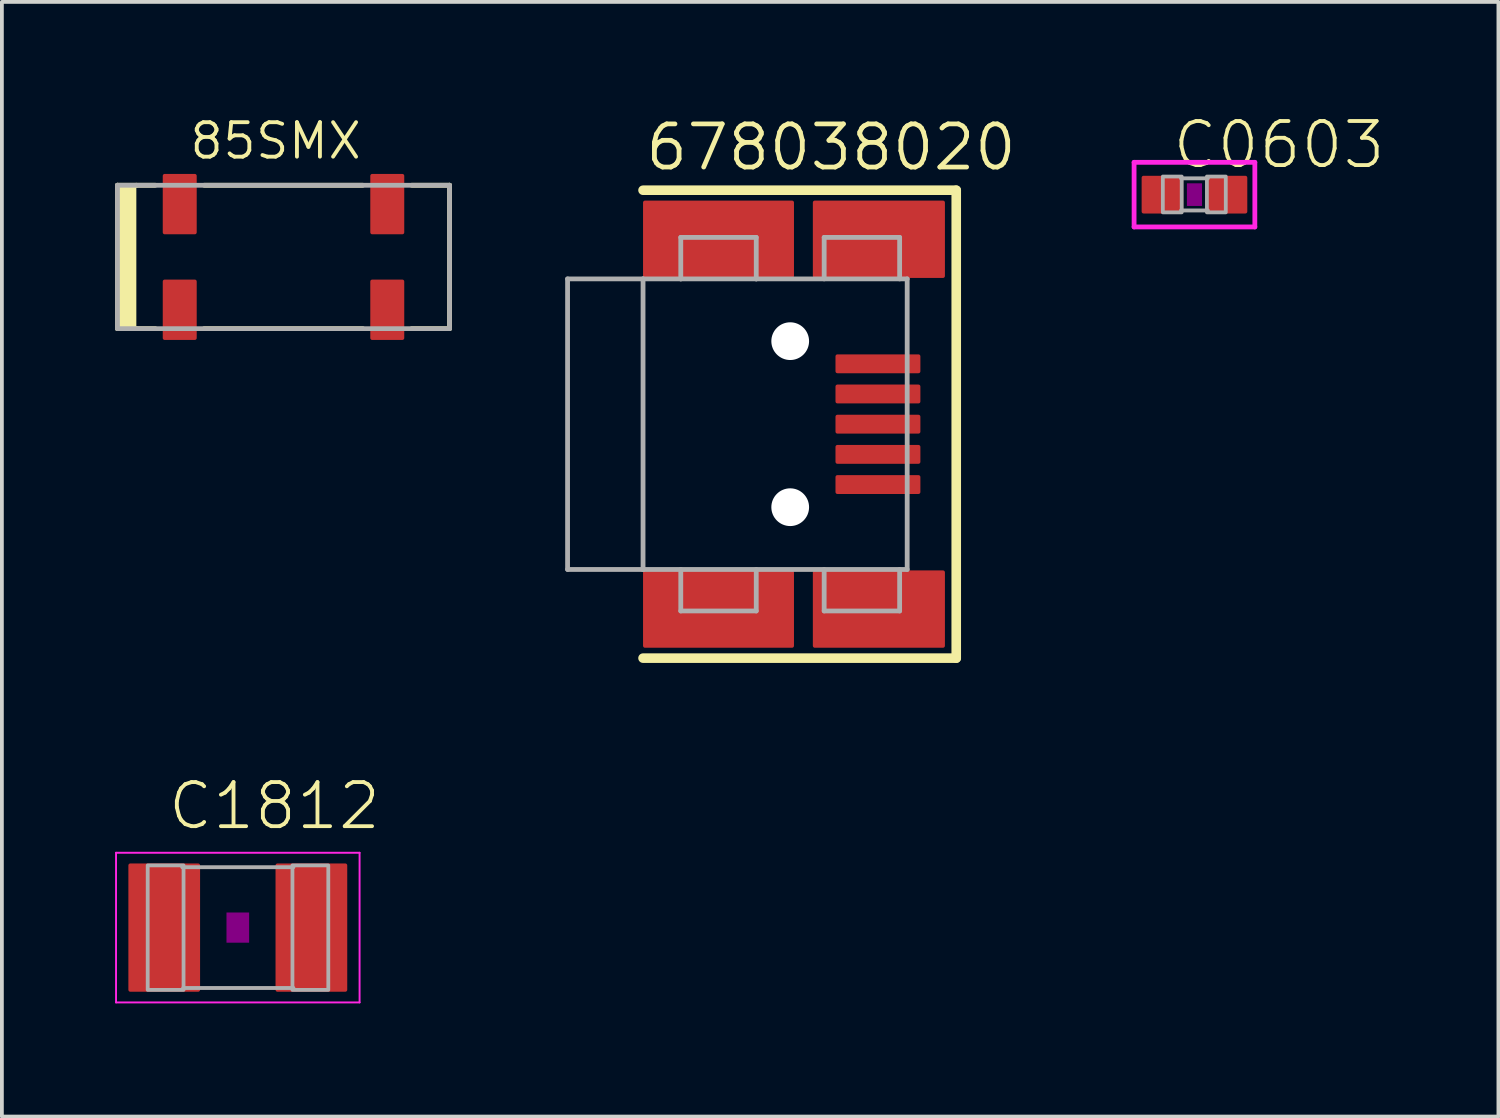
<source format=kicad_pcb>
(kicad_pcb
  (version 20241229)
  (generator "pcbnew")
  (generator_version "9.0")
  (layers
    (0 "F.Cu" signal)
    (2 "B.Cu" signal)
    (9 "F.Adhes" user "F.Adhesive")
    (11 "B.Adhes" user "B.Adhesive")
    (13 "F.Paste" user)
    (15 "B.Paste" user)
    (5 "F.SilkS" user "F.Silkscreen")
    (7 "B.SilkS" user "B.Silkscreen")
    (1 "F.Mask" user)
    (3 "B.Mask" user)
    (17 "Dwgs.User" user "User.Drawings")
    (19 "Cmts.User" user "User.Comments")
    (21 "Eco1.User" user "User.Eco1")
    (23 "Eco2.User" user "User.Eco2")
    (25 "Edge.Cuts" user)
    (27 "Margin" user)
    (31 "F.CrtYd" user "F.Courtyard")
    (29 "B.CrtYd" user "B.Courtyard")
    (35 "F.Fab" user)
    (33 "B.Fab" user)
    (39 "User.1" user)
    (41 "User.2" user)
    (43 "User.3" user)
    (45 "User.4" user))
  (footprint "85SMX"
    (layer "F.Cu")
    (at 4.463 3.759)
    (property "Reference" "85SMX" (at -2.54 -2.54 0) (layer "F.SilkS") (effects (font (size 0.914 0.914) (thickness 0.102)) (justify left bottom)))
    (fp_line (start -4.4 -1.9) (end -4.4 1.9) (stroke (width 0.127) (type solid)) (layer "F.SilkS"))
    (fp_line (start -4.4 -1.9) (end -3.9 -1.9) (stroke (width 0.127) (type solid)) (layer "F.SilkS"))
    (fp_line (start -4.4 1.9) (end -3.9 1.9) (stroke (width 0.127) (type solid)) (layer "F.SilkS"))
    (fp_line (start -3.9 -1.9) (end -3.4 -1.9) (stroke (width 0.127) (type solid)) (layer "F.SilkS"))
    (fp_line (start -3.9 1.9) (end -3.4 1.9) (stroke (width 0.127) (type solid)) (layer "F.SilkS"))
    (fp_line (start -2.1 -1.9) (end 2.1 -1.9) (stroke (width 0.127) (type solid)) (layer "F.SilkS"))
    (fp_line (start -2.1 1.9) (end 2.1 1.9) (stroke (width 0.127) (type solid)) (layer "F.SilkS"))
    (fp_line (start 3.4 -1.9) (end 4.4 -1.9) (stroke (width 0.127) (type solid)) (layer "F.SilkS"))
    (fp_line (start 3.4 1.9) (end 4.4 1.9) (stroke (width 0.127) (type solid)) (layer "F.SilkS"))
    (fp_line (start 4.4 -1.9) (end 4.4 1.9) (stroke (width 0.127) (type solid)) (layer "F.SilkS"))
    (fp_poly (pts (xy -4.4 1.9) (xy -3.9 1.9) (xy -3.9 -1.9) (xy -4.4 -1.9)) (stroke (width 0) (type solid)) (fill yes) (layer "F.SilkS"))
    (fp_line (start -4.4 -1.9) (end -4.4 1.9) (stroke (width 0.127) (type solid)) (layer "F.Fab"))
    (fp_line (start -4.4 -1.9) (end 4.4 -1.9) (stroke (width 0.127) (type solid)) (layer "F.Fab"))
    (fp_line (start -4.4 1.9) (end 4.4 1.9) (stroke (width 0.127) (type solid)) (layer "F.Fab"))
    (fp_line (start 4.4 -1.9) (end 4.4 1.9) (stroke (width 0.127) (type solid)) (layer "F.Fab"))
    (pad "1" smd roundrect (at -2.75 1.4 90) (size 1.6 0.9) (layers "F.Cu" "F.Mask" "F.Paste") (roundrect_rratio 0.056))
    (pad "4" smd roundrect (at -2.75 -1.4 90) (size 1.6 0.9) (layers "F.Cu" "F.Mask" "F.Paste") (roundrect_rratio 0.056))
    (pad "NC.2" smd roundrect (at 2.75 1.4 90) (size 1.6 0.9) (layers "F.Cu" "F.Mask" "F.Paste") (roundrect_rratio 0.056))
    (pad "NC.3" smd roundrect (at 2.75 -1.4 90) (size 1.6 0.9) (layers "F.Cu" "F.Mask" "F.Paste") (roundrect_rratio 0.056)))
  (footprint "C1812"
    (layer "F.Cu")
    (at 3.252 21.532)
    (property "Reference" "C1812" (at -1.905 -2.54 0) (layer "F.SilkS") (effects (font (size 1.168 1.168) (thickness 0.102)) (justify left bottom)))
    (fp_poly (pts (xy -0.3 0.4) (xy 0.3 0.4) (xy 0.3 -0.4) (xy -0.3 -0.4)) (stroke (width 0) (type solid)) (fill yes) (layer "F.Adhes"))
    (fp_line (start -3.227 -1.983) (end 3.227 -1.983) (stroke (width 0.051) (type solid)) (layer "F.CrtYd"))
    (fp_line (start -3.227 1.983) (end -3.227 -1.983) (stroke (width 0.051) (type solid)) (layer "F.CrtYd"))
    (fp_line (start 3.227 -1.983) (end 3.227 1.983) (stroke (width 0.051) (type solid)) (layer "F.CrtYd"))
    (fp_line (start 3.227 1.983) (end -3.227 1.983) (stroke (width 0.051) (type solid)) (layer "F.CrtYd"))
    (fp_line (start -1.473 -1.6) (end 1.473 -1.6) (stroke (width 0.102) (type solid)) (layer "F.Fab"))
    (fp_line (start -1.448 1.6) (end 1.473 1.6) (stroke (width 0.102) (type solid)) (layer "F.Fab"))
    (fp_poly (pts (xy -2.388 1.651) (xy -1.438 1.651) (xy -1.438 -1.649) (xy -2.388 -1.649)) (stroke (width 0.1) (type solid)) (fill no) (layer "F.Fab"))
    (fp_poly (pts (xy 1.448 1.651) (xy 2.398 1.651) (xy 2.398 -1.649) (xy 1.448 -1.649)) (stroke (width 0.1) (type solid)) (fill no) (layer "F.Fab"))
    (pad "1" smd roundrect (at -1.95 0) (size 1.9 3.4) (layers "F.Cu" "F.Mask" "F.Paste") (roundrect_rratio 0.027))
    (pad "2" smd roundrect (at 1.95 0) (size 1.9 3.4) (layers "F.Cu" "F.Mask" "F.Paste") (roundrect_rratio 0.027)))
  (footprint "C0603"
    (layer "F.Cu")
    (at 28.604 2.108)
    (property "Reference" "C0603" (at -0.635 -0.635 0) (layer "F.SilkS") (effects (font (size 1.168 1.168) (thickness 0.102)) (justify left bottom)))
    (fp_poly (pts (xy -0.2 0.3) (xy 0.2 0.3) (xy 0.2 -0.3) (xy -0.2 -0.3)) (stroke (width 0) (type solid)) (fill yes) (layer "F.Adhes"))
    (fp_line (start -1.6 -0.856) (end 1.6 -0.856) (stroke (width 0.127) (type solid)) (layer "F.CrtYd"))
    (fp_line (start -1.6 0.856) (end -1.6 -0.856) (stroke (width 0.127) (type solid)) (layer "F.CrtYd"))
    (fp_line (start 1.6 -0.856) (end 1.6 0.856) (stroke (width 0.127) (type solid)) (layer "F.CrtYd"))
    (fp_line (start 1.6 0.856) (end -1.6 0.856) (stroke (width 0.127) (type solid)) (layer "F.CrtYd"))
    (fp_line (start -0.356 -0.432) (end 0.356 -0.432) (stroke (width 0.102) (type solid)) (layer "F.Fab"))
    (fp_line (start -0.356 0.419) (end 0.356 0.419) (stroke (width 0.102) (type solid)) (layer "F.Fab"))
    (fp_poly (pts (xy -0.838 0.47) (xy -0.338 0.47) (xy -0.338 -0.48) (xy -0.838 -0.48)) (stroke (width 0.1) (type solid)) (fill no) (layer "F.Fab"))
    (fp_poly (pts (xy 0.33 0.47) (xy 0.83 0.47) (xy 0.83 -0.48) (xy 0.33 -0.48)) (stroke (width 0.1) (type solid)) (fill no) (layer "F.Fab"))
    (pad "1" smd roundrect (at -0.85 0) (size 1.1 1) (layers "F.Cu" "F.Mask" "F.Paste") (roundrect_rratio 0.051))
    (pad "2" smd roundrect (at 0.85 0) (size 1.1 1) (layers "F.Cu" "F.Mask" "F.Paste") (roundrect_rratio 0.051)))
  (footprint "678038020"
    (layer "F.Cu")
    (at 13.991 8.191)
    (property "Reference" "678038020" (at 0 -6.668 0) (layer "F.SilkS") (effects (font (size 1.143 1.143) (thickness 0.127)) (justify left bottom)))
    (fp_line (start 0 -6.2) (end 8.3 -6.2) (stroke (width 0.254) (type solid)) (layer "F.SilkS"))
    (fp_line (start 8.3 -6.2) (end 8.3 6.2) (stroke (width 0.254) (type solid)) (layer "F.SilkS"))
    (fp_line (start 8.3 6.2) (end 0 6.2) (stroke (width 0.254) (type solid)) (layer "F.SilkS"))
    (fp_line (start -2 -3.85) (end 0 -3.85) (stroke (width 0.127) (type solid)) (layer "F.Fab"))
    (fp_line (start -2 3.85) (end -2 -3.85) (stroke (width 0.127) (type solid)) (layer "F.Fab"))
    (fp_line (start -2 3.85) (end 0 3.85) (stroke (width 0.127) (type solid)) (layer "F.Fab"))
    (fp_line (start 0 -3.85) (end 1 -3.85) (stroke (width 0.127) (type solid)) (layer "F.Fab"))
    (fp_line (start 0 3.85) (end 0 -3.85) (stroke (width 0.127) (type solid)) (layer "F.Fab"))
    (fp_line (start 0 3.85) (end 7 3.85) (stroke (width 0.127) (type solid)) (layer "F.Fab"))
    (fp_line (start 1 -4.95) (end 3 -4.95) (stroke (width 0.127) (type solid)) (layer "F.Fab"))
    (fp_line (start 1 -3.85) (end 1 -4.95) (stroke (width 0.127) (type solid)) (layer "F.Fab"))
    (fp_line (start 1 -3.85) (end 3 -3.85) (stroke (width 0.127) (type solid)) (layer "F.Fab"))
    (fp_line (start 1 3.85) (end 1 4.95) (stroke (width 0.127) (type solid)) (layer "F.Fab"))
    (fp_line (start 3 -3.85) (end 3 -4.95) (stroke (width 0.127) (type solid)) (layer "F.Fab"))
    (fp_line (start 3 -3.85) (end 7 -3.85) (stroke (width 0.127) (type solid)) (layer "F.Fab"))
    (fp_line (start 3 3.85) (end 3 4.95) (stroke (width 0.127) (type solid)) (layer "F.Fab"))
    (fp_line (start 3 4.95) (end 1 4.95) (stroke (width 0.127) (type solid)) (layer "F.Fab"))
    (fp_line (start 4.8 -4.95) (end 6.8 -4.95) (stroke (width 0.127) (type solid)) (layer "F.Fab"))
    (fp_line (start 4.8 -3.85) (end 4.8 -4.95) (stroke (width 0.127) (type solid)) (layer "F.Fab"))
    (fp_line (start 4.8 3.85) (end 4.8 4.95) (stroke (width 0.127) (type solid)) (layer "F.Fab"))
    (fp_line (start 6.8 -3.85) (end 6.8 -4.95) (stroke (width 0.127) (type solid)) (layer "F.Fab"))
    (fp_line (start 6.8 3.85) (end 6.8 4.95) (stroke (width 0.127) (type solid)) (layer "F.Fab"))
    (fp_line (start 6.8 4.95) (end 4.8 4.95) (stroke (width 0.127) (type solid)) (layer "F.Fab"))
    (fp_line (start 7 3.85) (end 7 -3.85) (stroke (width 0.127) (type solid)) (layer "F.Fab"))
    (pad "" np_thru_hole circle (at 3.9 -2.2) (size 1 1) (drill 1) (layers "*.Cu" "*.Mask"))
    (pad "" np_thru_hole circle (at 3.9 2.2) (size 1 1) (drill 1) (layers "*.Cu" "*.Mask"))
    (pad "1" smd roundrect (at 6.225 -1.6) (size 2.25 0.5) (layers "F.Cu" "F.Mask" "F.Paste") (roundrect_rratio 0.102))
    (pad "2" smd roundrect (at 6.225 -0.8) (size 2.25 0.5) (layers "F.Cu" "F.Mask" "F.Paste") (roundrect_rratio 0.102))
    (pad "3" smd roundrect (at 6.225 0) (size 2.25 0.5) (layers "F.Cu" "F.Mask" "F.Paste") (roundrect_rratio 0.102))
    (pad "4" smd roundrect (at 6.225 0.8) (size 2.25 0.5) (layers "F.Cu" "F.Mask" "F.Paste") (roundrect_rratio 0.102))
    (pad "5" smd roundrect (at 6.225 1.6) (size 2.25 0.5) (layers "F.Cu" "F.Mask" "F.Paste") (roundrect_rratio 0.102))
    (pad "SH1" smd roundrect (at 2 4.9) (size 4 2.05) (layers "F.Cu" "F.Mask" "F.Paste") (roundrect_rratio 0.025))
    (pad "SH1.1" smd roundrect (at 6.25 4.9) (size 3.5 2.05) (layers "F.Cu" "F.Mask" "F.Paste") (roundrect_rratio 0.025))
    (pad "SH2" smd roundrect (at 2 -4.9) (size 4 2.05) (layers "F.Cu" "F.Mask" "F.Paste") (roundrect_rratio 0.025))
    (pad "SH2.2" smd roundrect (at 6.25 -4.9) (size 3.5 2.05) (layers "F.Cu" "F.Mask" "F.Paste") (roundrect_rratio 0.025))
    (zone (net_name "") (layer "F.Cu") (hatch edge 0.508) (connect_pads) (min_thickness 0.254) (filled_areas_thickness no) (keepout (tracks not_allowed) (vias not_allowed) (pads not_allowed) (copperpour not_allowed) (footprints allowed)) (placement (enabled no)) (fill) (polygon (pts (xy 13.991 11.291) (xy 15.191 11.291) (xy 15.191 5.091) (xy 13.991 5.091)))))
  (gr_rect
    (start -3 -3)
    (end 36.659 26.54)
    (stroke (width 0.1) (type default))
    (fill no)
    (layer "Edge.Cuts")))
</source>
